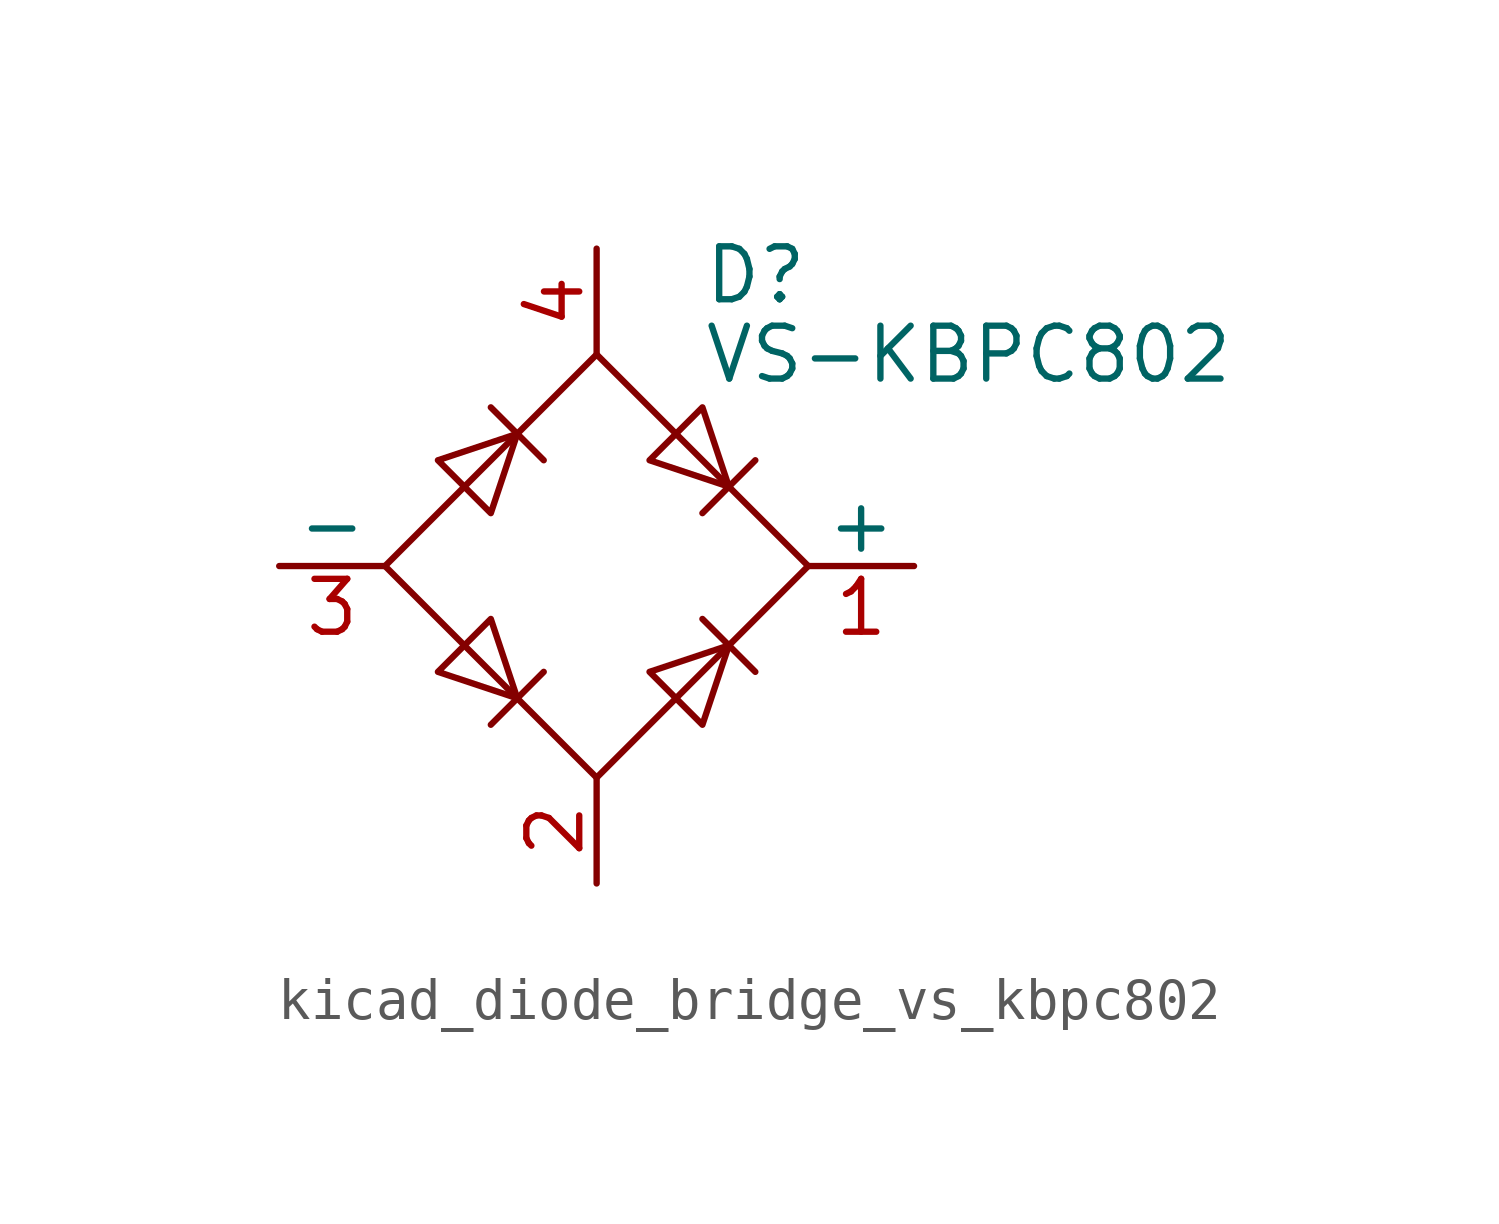
<source format=kicad_sym>
(kicad_symbol_lib
  (version 20220914)
  (generator kicad_symbol_editor)
  (symbol "kicad_diode_bridge_vs_kbpc802"
    (pin_names
      (offset 0))
    (property "Reference" "D"
      (at 2.54 6.985 0)
      (effects (font (size 1.27 1.27)) (justify left)))
    (property "Value" "VS-KBPC802"
      (at 2.54 5.08 0)
      (effects (font (size 1.27 1.27)) (justify left)))
    (symbol "kicad_diode_bridge_vs_kbpc802_0_1"
      (polyline (pts (xy -2.54 3.81) (xy -1.27 2.54)) (stroke (width 0) (type default)) (fill (type none)))
      (polyline (pts (xy -1.27 -2.54) (xy -2.54 -3.81)) (stroke (width 0) (type default)) (fill (type none)))
      (polyline (pts (xy 2.54 -1.27) (xy 3.81 -2.54)) (stroke (width 0) (type default)) (fill (type none)))
      (polyline (pts (xy 2.54 1.27) (xy 3.81 2.54)) (stroke (width 0) (type default)) (fill (type none)))
      (polyline (pts (xy -3.81 2.54) (xy -2.54 1.27) (xy -1.905 3.175) (xy -3.81 2.54)) (stroke (width 0) (type default)) (fill (type none)))
      (polyline (pts (xy -2.54 -1.27) (xy -3.81 -2.54) (xy -1.905 -3.175) (xy -2.54 -1.27)) (stroke (width 0) (type default)) (fill (type none)))
      (polyline (pts (xy 1.27 2.54) (xy 2.54 3.81) (xy 3.175 1.905) (xy 1.27 2.54)) (stroke (width 0) (type default)) (fill (type none)))
      (polyline (pts (xy 3.175 -1.905) (xy 1.27 -2.54) (xy 2.54 -3.81) (xy 3.175 -1.905)) (stroke (width 0) (type default)) (fill (type none)))
      (polyline (pts (xy -5.08 0) (xy 0 -5.08) (xy 5.08 0) (xy 0 5.08) (xy -5.08 0)) (stroke (width 0) (type default)) (fill (type none))))
    (symbol "kicad_diode_bridge_vs_kbpc802_1_1"
      (pin passive line (at 7.62 0 180) (length 2.54) (name "+" (effects (font (size 1.27 1.27)))) (number "1" (effects (font (size 1.27 1.27)))))
      (pin passive line (at 0 -7.62 90) (length 2.54) (name "~" (effects (font (size 1.27 1.27)))) (number "2" (effects (font (size 1.27 1.27)))))
      (pin passive line (at -7.62 0 0) (length 2.54) (name "-" (effects (font (size 1.27 1.27)))) (number "3" (effects (font (size 1.27 1.27)))))
      (pin passive line (at 0 7.62 270) (length 2.54) (name "~" (effects (font (size 1.27 1.27)))) (number "4" (effects (font (size 1.27 1.27))))))))
</source>
